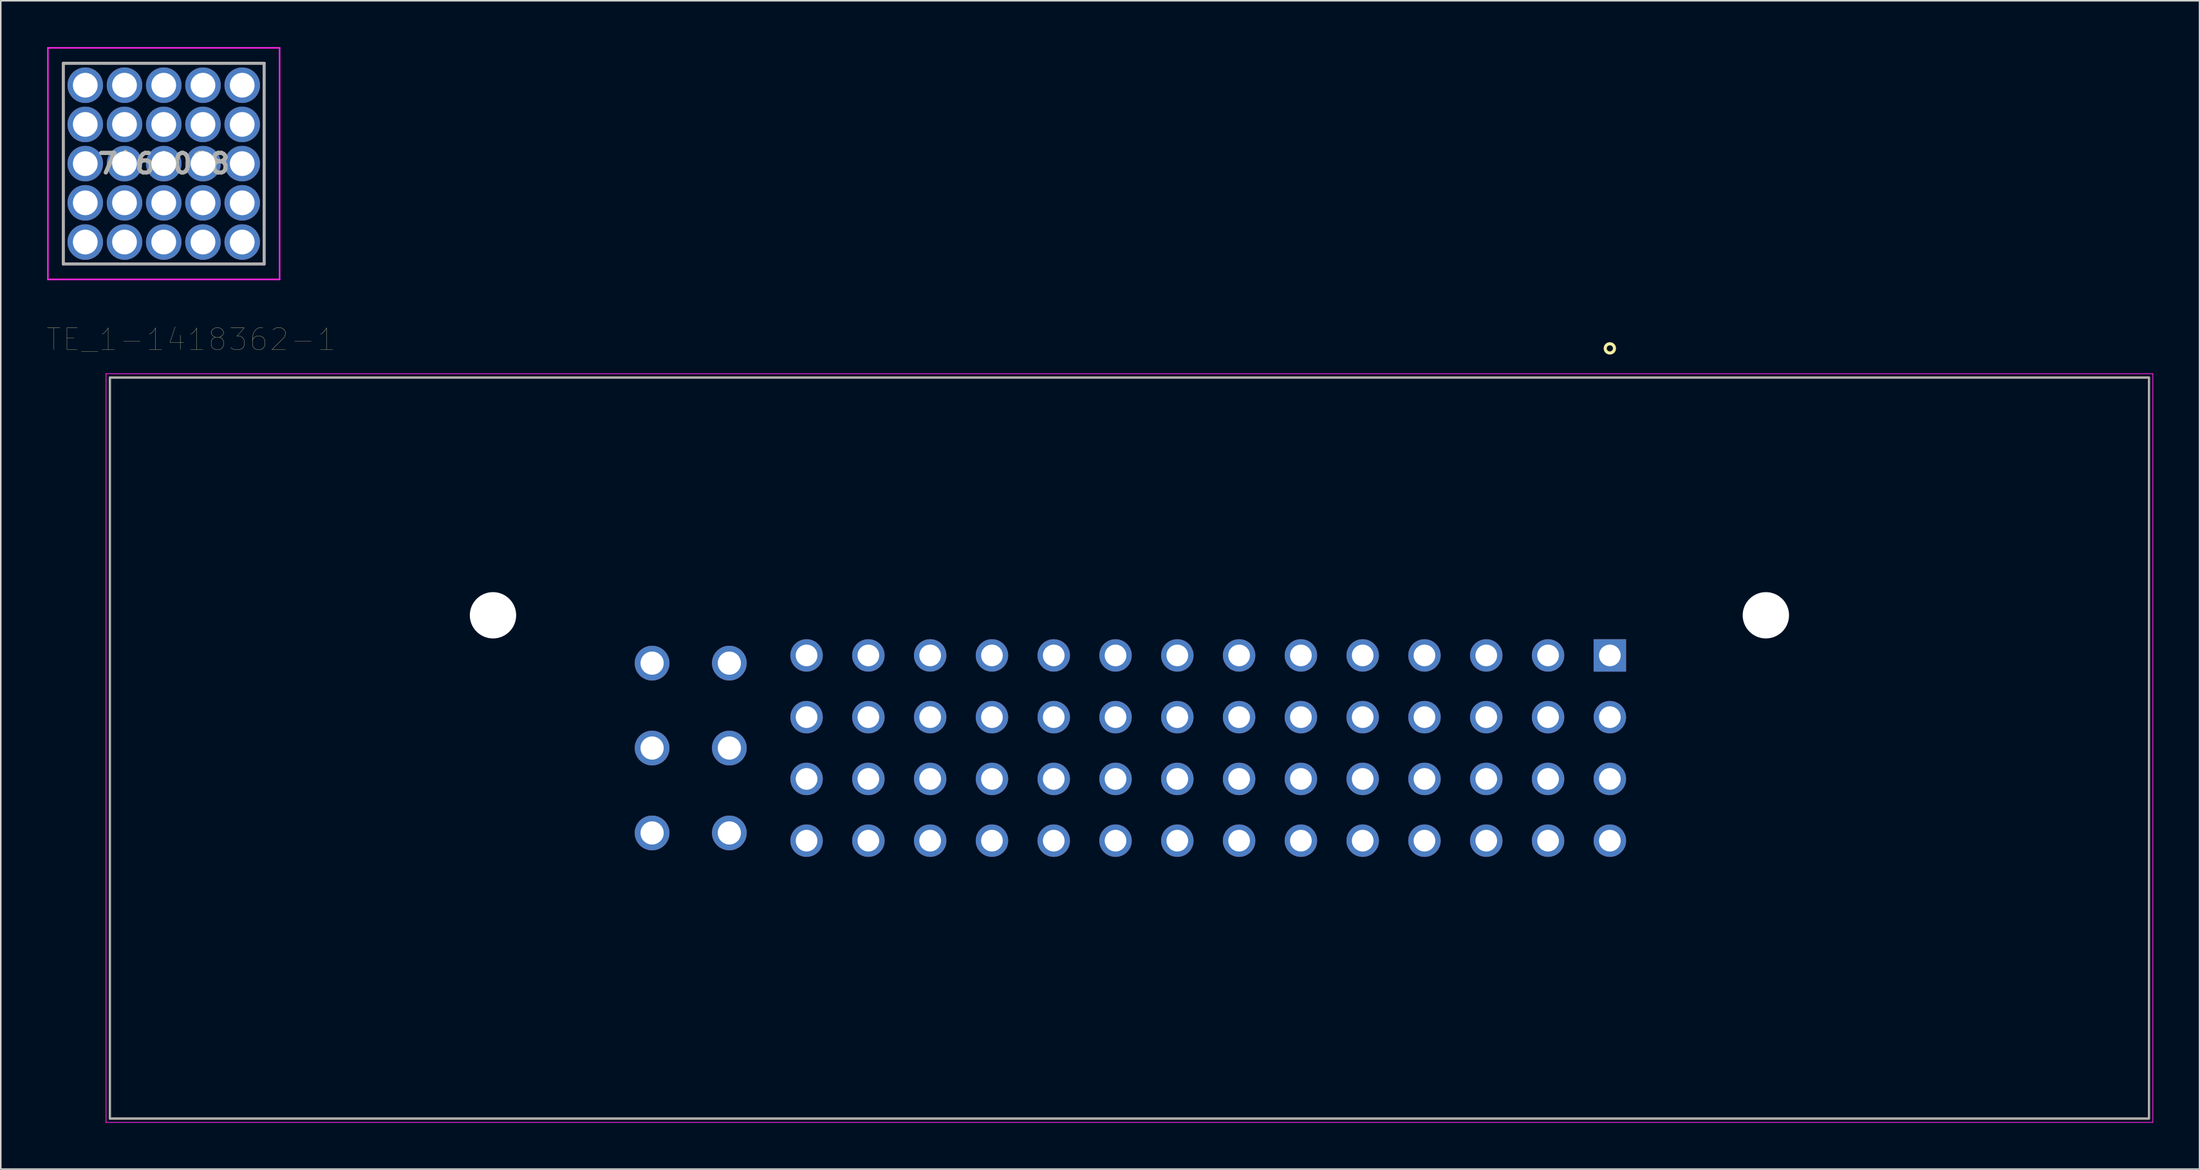
<source format=kicad_pcb>
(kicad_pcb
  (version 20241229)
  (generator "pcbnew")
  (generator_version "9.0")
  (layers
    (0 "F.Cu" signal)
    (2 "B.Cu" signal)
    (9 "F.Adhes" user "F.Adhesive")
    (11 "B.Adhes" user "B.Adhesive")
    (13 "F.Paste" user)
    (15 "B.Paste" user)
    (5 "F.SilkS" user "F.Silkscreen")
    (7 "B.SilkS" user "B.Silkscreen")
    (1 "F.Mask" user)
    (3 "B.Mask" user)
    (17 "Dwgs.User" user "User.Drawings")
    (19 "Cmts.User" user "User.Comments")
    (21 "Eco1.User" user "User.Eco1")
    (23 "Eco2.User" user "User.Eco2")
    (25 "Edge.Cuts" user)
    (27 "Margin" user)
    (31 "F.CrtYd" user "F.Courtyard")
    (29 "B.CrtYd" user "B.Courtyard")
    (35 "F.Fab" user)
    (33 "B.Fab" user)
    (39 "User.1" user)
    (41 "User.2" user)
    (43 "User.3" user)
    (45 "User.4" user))
  (footprint "TE_1-1418362-1"
    (layer "F.Cu")
    (at 101.164 39.408)
    (property "Reference" "TE_1-1418362-1" (at -91.842 -20.462 0) (layer "F.SilkS") (effects (font (size 1.401 1.401) (thickness 0.015))))
    (attr through_hole)
    (fp_line (start -97.1 -18) (end -97.1 30) (stroke (width 0.127) (type solid)) (layer "F.SilkS"))
    (fp_line (start -97.1 30) (end 34.9 30) (stroke (width 0.127) (type solid)) (layer "F.SilkS"))
    (fp_line (start 34.9 -18) (end -97.1 -18) (stroke (width 0.127) (type solid)) (layer "F.SilkS"))
    (fp_line (start 34.9 30) (end 34.9 -18) (stroke (width 0.127) (type solid)) (layer "F.SilkS"))
    (fp_circle (center 0 -19.89) (end 0.3 -19.89) (stroke (width 0.2) (type solid)) (fill no) (layer "F.SilkS"))
    (fp_line (start -97.35 -18.25) (end 35.15 -18.25) (stroke (width 0.05) (type solid)) (layer "F.CrtYd"))
    (fp_line (start -97.35 30.25) (end -97.35 -18.25) (stroke (width 0.05) (type solid)) (layer "F.CrtYd"))
    (fp_line (start 35.15 -18.25) (end 35.15 30.25) (stroke (width 0.05) (type solid)) (layer "F.CrtYd"))
    (fp_line (start 35.15 30.25) (end -97.35 30.25) (stroke (width 0.05) (type solid)) (layer "F.CrtYd"))
    (fp_line (start -97.1 -18) (end 34.9 -18) (stroke (width 0.127) (type solid)) (layer "F.Fab"))
    (fp_line (start -97.1 30) (end -97.1 -18) (stroke (width 0.127) (type solid)) (layer "F.Fab"))
    (fp_line (start 34.9 -18) (end 34.9 30) (stroke (width 0.127) (type solid)) (layer "F.Fab"))
    (fp_line (start 34.9 30) (end -97.1 30) (stroke (width 0.127) (type solid)) (layer "F.Fab"))
    (pad "" np_thru_hole circle (at -72.3 -2.6) (size 3 3) (drill 3) (layers "*.Cu" "*.Mask"))
    (pad "" np_thru_hole circle (at 10.1 -2.6) (size 3 3) (drill 3) (layers "*.Cu" "*.Mask"))
    (pad "1" thru_hole rect (at 0 0) (size 2.1 2.1) (drill 1.4) (layers "*.Cu" "*.Mask"))
    (pad "2" thru_hole circle (at 0 4) (size 2.1 2.1) (drill 1.4) (layers "*.Cu" "*.Mask"))
    (pad "3" thru_hole circle (at 0 8) (size 2.1 2.1) (drill 1.4) (layers "*.Cu" "*.Mask"))
    (pad "4" thru_hole circle (at 0 12) (size 2.1 2.1) (drill 1.4) (layers "*.Cu" "*.Mask"))
    (pad "5" thru_hole circle (at -4 0) (size 2.1 2.1) (drill 1.4) (layers "*.Cu" "*.Mask"))
    (pad "6" thru_hole circle (at -4 4) (size 2.1 2.1) (drill 1.4) (layers "*.Cu" "*.Mask"))
    (pad "7" thru_hole circle (at -4 8) (size 2.1 2.1) (drill 1.4) (layers "*.Cu" "*.Mask"))
    (pad "8" thru_hole circle (at -4 12) (size 2.1 2.1) (drill 1.4) (layers "*.Cu" "*.Mask"))
    (pad "9" thru_hole circle (at -8 0) (size 2.1 2.1) (drill 1.4) (layers "*.Cu" "*.Mask"))
    (pad "10" thru_hole circle (at -8 4) (size 2.1 2.1) (drill 1.4) (layers "*.Cu" "*.Mask"))
    (pad "11" thru_hole circle (at -8 8) (size 2.1 2.1) (drill 1.4) (layers "*.Cu" "*.Mask"))
    (pad "12" thru_hole circle (at -8 12) (size 2.1 2.1) (drill 1.4) (layers "*.Cu" "*.Mask"))
    (pad "13" thru_hole circle (at -12 0) (size 2.1 2.1) (drill 1.4) (layers "*.Cu" "*.Mask"))
    (pad "14" thru_hole circle (at -12 4) (size 2.1 2.1) (drill 1.4) (layers "*.Cu" "*.Mask"))
    (pad "15" thru_hole circle (at -12 8) (size 2.1 2.1) (drill 1.4) (layers "*.Cu" "*.Mask"))
    (pad "16" thru_hole circle (at -12 12) (size 2.1 2.1) (drill 1.4) (layers "*.Cu" "*.Mask"))
    (pad "17" thru_hole circle (at -16 0) (size 2.1 2.1) (drill 1.4) (layers "*.Cu" "*.Mask"))
    (pad "18" thru_hole circle (at -16 4) (size 2.1 2.1) (drill 1.4) (layers "*.Cu" "*.Mask"))
    (pad "19" thru_hole circle (at -16 8) (size 2.1 2.1) (drill 1.4) (layers "*.Cu" "*.Mask"))
    (pad "20" thru_hole circle (at -16 12) (size 2.1 2.1) (drill 1.4) (layers "*.Cu" "*.Mask"))
    (pad "21" thru_hole circle (at -20 0) (size 2.1 2.1) (drill 1.4) (layers "*.Cu" "*.Mask"))
    (pad "22" thru_hole circle (at -20 4) (size 2.1 2.1) (drill 1.4) (layers "*.Cu" "*.Mask"))
    (pad "23" thru_hole circle (at -20 8) (size 2.1 2.1) (drill 1.4) (layers "*.Cu" "*.Mask"))
    (pad "24" thru_hole circle (at -20 12) (size 2.1 2.1) (drill 1.4) (layers "*.Cu" "*.Mask"))
    (pad "25" thru_hole circle (at -24 0) (size 2.1 2.1) (drill 1.4) (layers "*.Cu" "*.Mask"))
    (pad "26" thru_hole circle (at -24 4) (size 2.1 2.1) (drill 1.4) (layers "*.Cu" "*.Mask"))
    (pad "27" thru_hole circle (at -24 8) (size 2.1 2.1) (drill 1.4) (layers "*.Cu" "*.Mask"))
    (pad "28" thru_hole circle (at -24 12) (size 2.1 2.1) (drill 1.4) (layers "*.Cu" "*.Mask"))
    (pad "29" thru_hole circle (at -28 0) (size 2.1 2.1) (drill 1.4) (layers "*.Cu" "*.Mask"))
    (pad "30" thru_hole circle (at -28 4) (size 2.1 2.1) (drill 1.4) (layers "*.Cu" "*.Mask"))
    (pad "31" thru_hole circle (at -28 8) (size 2.1 2.1) (drill 1.4) (layers "*.Cu" "*.Mask"))
    (pad "32" thru_hole circle (at -28 12) (size 2.1 2.1) (drill 1.4) (layers "*.Cu" "*.Mask"))
    (pad "33" thru_hole circle (at -32 0) (size 2.1 2.1) (drill 1.4) (layers "*.Cu" "*.Mask"))
    (pad "34" thru_hole circle (at -32 4) (size 2.1 2.1) (drill 1.4) (layers "*.Cu" "*.Mask"))
    (pad "35" thru_hole circle (at -32 8) (size 2.1 2.1) (drill 1.4) (layers "*.Cu" "*.Mask"))
    (pad "36" thru_hole circle (at -32 12) (size 2.1 2.1) (drill 1.4) (layers "*.Cu" "*.Mask"))
    (pad "37" thru_hole circle (at -36 0) (size 2.1 2.1) (drill 1.4) (layers "*.Cu" "*.Mask"))
    (pad "38" thru_hole circle (at -36 4) (size 2.1 2.1) (drill 1.4) (layers "*.Cu" "*.Mask"))
    (pad "39" thru_hole circle (at -36 8) (size 2.1 2.1) (drill 1.4) (layers "*.Cu" "*.Mask"))
    (pad "40" thru_hole circle (at -36 12) (size 2.1 2.1) (drill 1.4) (layers "*.Cu" "*.Mask"))
    (pad "41" thru_hole circle (at -40 0) (size 2.1 2.1) (drill 1.4) (layers "*.Cu" "*.Mask"))
    (pad "42" thru_hole circle (at -40 4) (size 2.1 2.1) (drill 1.4) (layers "*.Cu" "*.Mask"))
    (pad "43" thru_hole circle (at -40 8) (size 2.1 2.1) (drill 1.4) (layers "*.Cu" "*.Mask"))
    (pad "44" thru_hole circle (at -40 12) (size 2.1 2.1) (drill 1.4) (layers "*.Cu" "*.Mask"))
    (pad "45" thru_hole circle (at -44 0) (size 2.1 2.1) (drill 1.4) (layers "*.Cu" "*.Mask"))
    (pad "46" thru_hole circle (at -44 4) (size 2.1 2.1) (drill 1.4) (layers "*.Cu" "*.Mask"))
    (pad "47" thru_hole circle (at -44 8) (size 2.1 2.1) (drill 1.4) (layers "*.Cu" "*.Mask"))
    (pad "48" thru_hole circle (at -44 12) (size 2.1 2.1) (drill 1.4) (layers "*.Cu" "*.Mask"))
    (pad "49" thru_hole circle (at -48 0) (size 2.1 2.1) (drill 1.4) (layers "*.Cu" "*.Mask"))
    (pad "50" thru_hole circle (at -48 4) (size 2.1 2.1) (drill 1.4) (layers "*.Cu" "*.Mask"))
    (pad "51" thru_hole circle (at -48 8) (size 2.1 2.1) (drill 1.4) (layers "*.Cu" "*.Mask"))
    (pad "52" thru_hole circle (at -48 12) (size 2.1 2.1) (drill 1.4) (layers "*.Cu" "*.Mask"))
    (pad "53" thru_hole circle (at -52 0) (size 2.1 2.1) (drill 1.4) (layers "*.Cu" "*.Mask"))
    (pad "54" thru_hole circle (at -52 4) (size 2.1 2.1) (drill 1.4) (layers "*.Cu" "*.Mask"))
    (pad "55" thru_hole circle (at -52 8) (size 2.1 2.1) (drill 1.4) (layers "*.Cu" "*.Mask"))
    (pad "56" thru_hole circle (at -52 12) (size 2.1 2.1) (drill 1.4) (layers "*.Cu" "*.Mask"))
    (pad "57" thru_hole circle (at -57 0.5) (size 2.25 2.25) (drill 1.5) (layers "*.Cu" "*.Mask"))
    (pad "58" thru_hole circle (at -57 6) (size 2.25 2.25) (drill 1.5) (layers "*.Cu" "*.Mask"))
    (pad "59" thru_hole circle (at -57 11.5) (size 2.25 2.25) (drill 1.5) (layers "*.Cu" "*.Mask"))
    (pad "60" thru_hole circle (at -62 0.5) (size 2.25 2.25) (drill 1.5) (layers "*.Cu" "*.Mask"))
    (pad "61" thru_hole circle (at -62 6) (size 2.25 2.25) (drill 1.5) (layers "*.Cu" "*.Mask"))
    (pad "62" thru_hole circle (at -62 11.5) (size 2.25 2.25) (drill 1.5) (layers "*.Cu" "*.Mask")))
  (footprint "7461098"
    (layer "F.Cu")
    (at 2.47 12.63)
    (property "Reference" "7461098" (at 5.08 -5.08 0) (layer "F.SilkS") (effects (font (size 1.27 1.27) (thickness 0.254))))
    (attr through_hole)
    (fp_line (start -1.42 -11.58) (end 11.58 -11.58) (stroke (width 0.1) (type solid)) (layer "F.SilkS"))
    (fp_line (start -1.42 1.42) (end -1.42 -11.58) (stroke (width 0.1) (type solid)) (layer "F.SilkS"))
    (fp_line (start 11.58 -11.58) (end 11.58 1.42) (stroke (width 0.1) (type solid)) (layer "F.SilkS"))
    (fp_line (start 11.58 1.42) (end -1.42 1.42) (stroke (width 0.1) (type solid)) (layer "F.SilkS"))
    (fp_line (start -2.42 -12.58) (end 12.58 -12.58) (stroke (width 0.1) (type solid)) (layer "F.CrtYd"))
    (fp_line (start -2.42 2.42) (end -2.42 -12.58) (stroke (width 0.1) (type solid)) (layer "F.CrtYd"))
    (fp_line (start 12.58 -12.58) (end 12.58 2.42) (stroke (width 0.1) (type solid)) (layer "F.CrtYd"))
    (fp_line (start 12.58 2.42) (end -2.42 2.42) (stroke (width 0.1) (type solid)) (layer "F.CrtYd"))
    (fp_line (start -1.42 -11.58) (end 11.58 -11.58) (stroke (width 0.2) (type solid)) (layer "F.Fab"))
    (fp_line (start -1.42 1.42) (end -1.42 -11.58) (stroke (width 0.2) (type solid)) (layer "F.Fab"))
    (fp_line (start 11.58 -11.58) (end 11.58 1.42) (stroke (width 0.2) (type solid)) (layer "F.Fab"))
    (fp_line (start 11.58 1.42) (end -1.42 1.42) (stroke (width 0.2) (type solid)) (layer "F.Fab"))
    (fp_text user "${REFERENCE}" (at 5.08 -5.08 0) (layer "F.Fab") (effects (font (size 1.27 1.27) (thickness 0.254))))
    (pad "1" thru_hole circle (at 0 0) (size 2.3 2.3) (drill 1.6) (layers "*.Cu" "*.Mask"))
    (pad "2" thru_hole circle (at 2.54 0) (size 2.3 2.3) (drill 1.6) (layers "*.Cu" "*.Mask"))
    (pad "3" thru_hole circle (at 5.08 0) (size 2.3 2.3) (drill 1.6) (layers "*.Cu" "*.Mask"))
    (pad "4" thru_hole circle (at 7.62 0) (size 2.3 2.3) (drill 1.6) (layers "*.Cu" "*.Mask"))
    (pad "5" thru_hole circle (at 10.16 0) (size 2.3 2.3) (drill 1.6) (layers "*.Cu" "*.Mask"))
    (pad "6" thru_hole circle (at 0 -2.54) (size 2.3 2.3) (drill 1.6) (layers "*.Cu" "*.Mask"))
    (pad "7" thru_hole circle (at 2.54 -2.54) (size 2.3 2.3) (drill 1.6) (layers "*.Cu" "*.Mask"))
    (pad "8" thru_hole circle (at 5.08 -2.54) (size 2.3 2.3) (drill 1.6) (layers "*.Cu" "*.Mask"))
    (pad "9" thru_hole circle (at 7.62 -2.54) (size 2.3 2.3) (drill 1.6) (layers "*.Cu" "*.Mask"))
    (pad "10" thru_hole circle (at 10.16 -2.54) (size 2.3 2.3) (drill 1.6) (layers "*.Cu" "*.Mask"))
    (pad "11" thru_hole circle (at 0 -5.08) (size 2.3 2.3) (drill 1.6) (layers "*.Cu" "*.Mask"))
    (pad "12" thru_hole circle (at 2.54 -5.08) (size 2.3 2.3) (drill 1.6) (layers "*.Cu" "*.Mask"))
    (pad "13" thru_hole circle (at 5.08 -5.08) (size 2.3 2.3) (drill 1.6) (layers "*.Cu" "*.Mask"))
    (pad "14" thru_hole circle (at 7.62 -5.08) (size 2.3 2.3) (drill 1.6) (layers "*.Cu" "*.Mask"))
    (pad "15" thru_hole circle (at 10.16 -5.08) (size 2.3 2.3) (drill 1.6) (layers "*.Cu" "*.Mask"))
    (pad "16" thru_hole circle (at 0 -7.62) (size 2.3 2.3) (drill 1.6) (layers "*.Cu" "*.Mask"))
    (pad "17" thru_hole circle (at 2.54 -7.62) (size 2.3 2.3) (drill 1.6) (layers "*.Cu" "*.Mask"))
    (pad "18" thru_hole circle (at 5.08 -7.62) (size 2.3 2.3) (drill 1.6) (layers "*.Cu" "*.Mask"))
    (pad "19" thru_hole circle (at 7.62 -7.62) (size 2.3 2.3) (drill 1.6) (layers "*.Cu" "*.Mask"))
    (pad "20" thru_hole circle (at 10.16 -7.62) (size 2.3 2.3) (drill 1.6) (layers "*.Cu" "*.Mask"))
    (pad "21" thru_hole circle (at 0 -10.16) (size 2.3 2.3) (drill 1.6) (layers "*.Cu" "*.Mask"))
    (pad "22" thru_hole circle (at 2.54 -10.16) (size 2.3 2.3) (drill 1.6) (layers "*.Cu" "*.Mask"))
    (pad "23" thru_hole circle (at 5.08 -10.16) (size 2.3 2.3) (drill 1.6) (layers "*.Cu" "*.Mask"))
    (pad "24" thru_hole circle (at 7.62 -10.16) (size 2.3 2.3) (drill 1.6) (layers "*.Cu" "*.Mask"))
    (pad "25" thru_hole circle (at 10.16 -10.16) (size 2.3 2.3) (drill 1.6) (layers "*.Cu" "*.Mask")))
  (gr_rect
    (start -3 -3)
    (end 139.339 72.683)
    (stroke (width 0.1) (type default))
    (fill no)
    (layer "Edge.Cuts")))
</source>
